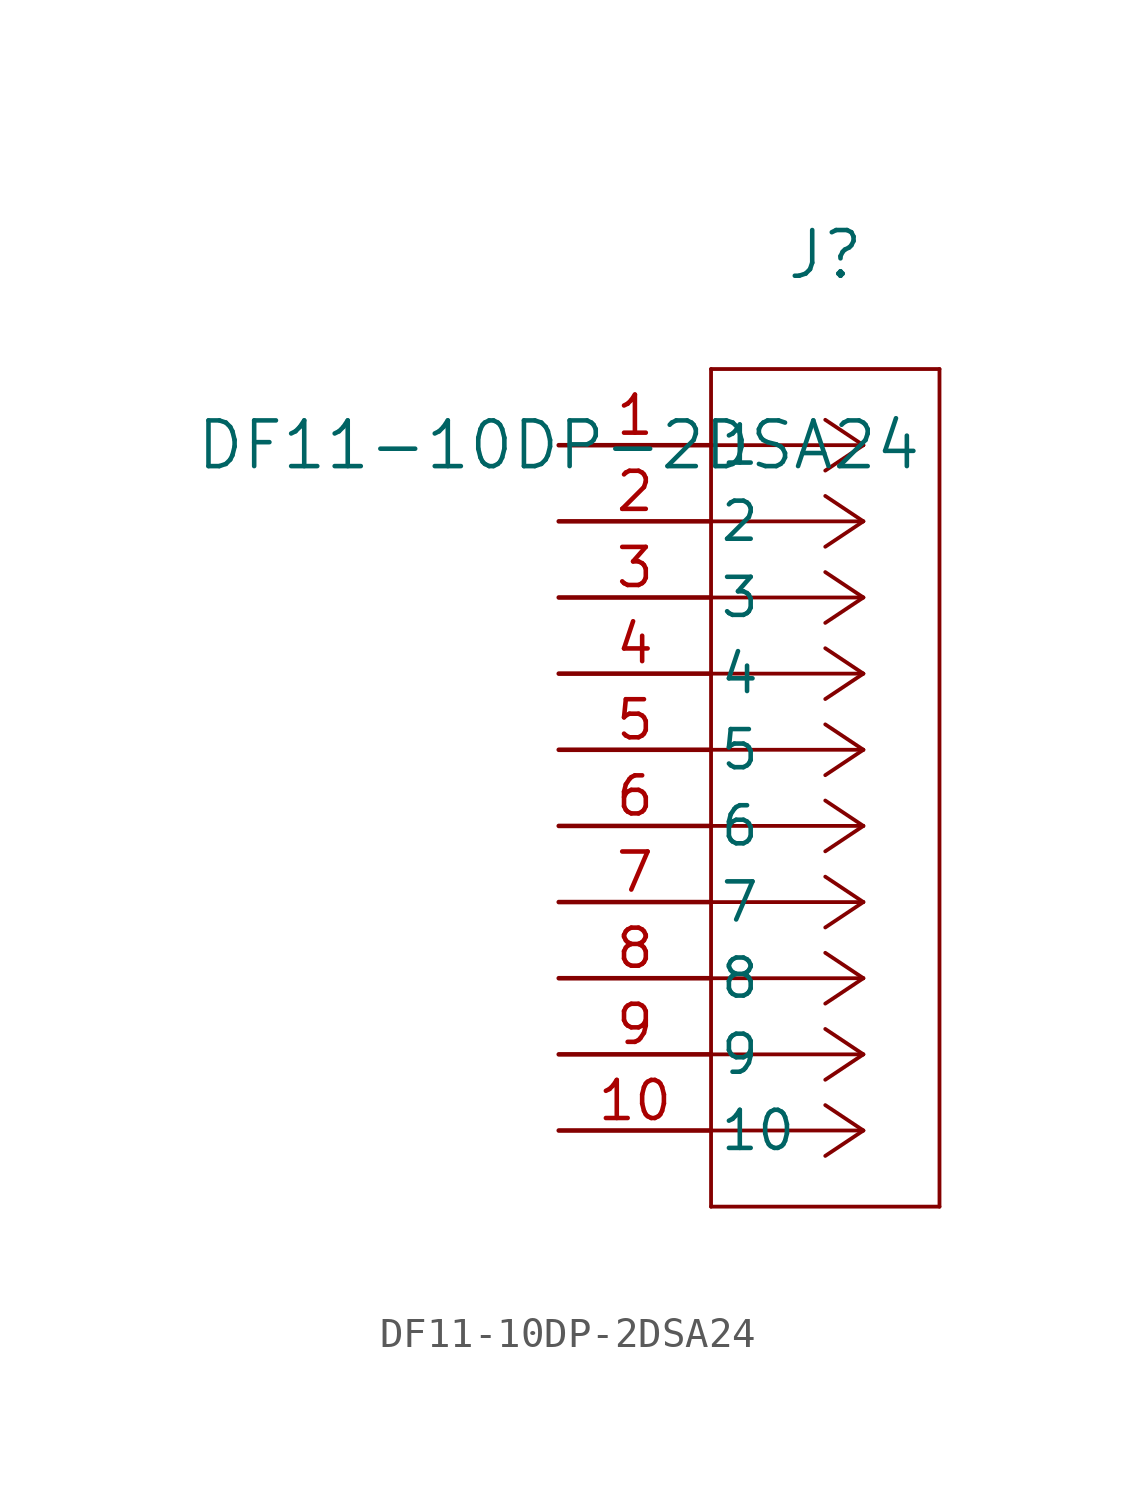
<source format=kicad_sym>
(kicad_symbol_lib
  (version 20211014)
  (generator kicad_symbol_editor)
  (symbol "DF11-10DP-2DSA24"
    (pin_names
      (offset 0.254))
    (property "Reference" "J"
      (at 8.89 6.35 0)
      (effects (font (size 1.524 1.524))))
    (property "Value" "DF11-10DP-2DSA24"
      (at 0 0 0)
      (effects (font (size 1.524 1.524))))
    (symbol "DF11-10DP-2DSA24_0_1"
      (polyline (pts (xy 10.16 0) (xy 5.08 0)) (stroke (width 0.127) (type default) (color 0 0 0 0)) (fill (type none)))
      (polyline (pts (xy 10.16 -2.54) (xy 5.08 -2.54)) (stroke (width 0.127) (type default) (color 0 0 0 0)) (fill (type none)))
      (polyline (pts (xy 10.16 -5.08) (xy 5.08 -5.08)) (stroke (width 0.127) (type default) (color 0 0 0 0)) (fill (type none)))
      (polyline (pts (xy 10.16 -7.62) (xy 5.08 -7.62)) (stroke (width 0.127) (type default) (color 0 0 0 0)) (fill (type none)))
      (polyline (pts (xy 10.16 -10.16) (xy 5.08 -10.16)) (stroke (width 0.127) (type default) (color 0 0 0 0)) (fill (type none)))
      (polyline (pts (xy 10.16 -12.7) (xy 5.08 -12.7)) (stroke (width 0.127) (type default) (color 0 0 0 0)) (fill (type none)))
      (polyline (pts (xy 10.16 -15.24) (xy 5.08 -15.24)) (stroke (width 0.127) (type default) (color 0 0 0 0)) (fill (type none)))
      (polyline (pts (xy 10.16 -17.78) (xy 5.08 -17.78)) (stroke (width 0.127) (type default) (color 0 0 0 0)) (fill (type none)))
      (polyline (pts (xy 10.16 -20.32) (xy 5.08 -20.32)) (stroke (width 0.127) (type default) (color 0 0 0 0)) (fill (type none)))
      (polyline (pts (xy 10.16 -22.86) (xy 5.08 -22.86)) (stroke (width 0.127) (type default) (color 0 0 0 0)) (fill (type none)))
      (polyline (pts (xy 10.16 0) (xy 8.89 0.847)) (stroke (width 0.127) (type default) (color 0 0 0 0)) (fill (type none)))
      (polyline (pts (xy 10.16 -2.54) (xy 8.89 -1.693)) (stroke (width 0.127) (type default) (color 0 0 0 0)) (fill (type none)))
      (polyline (pts (xy 10.16 -5.08) (xy 8.89 -4.233)) (stroke (width 0.127) (type default) (color 0 0 0 0)) (fill (type none)))
      (polyline (pts (xy 10.16 -7.62) (xy 8.89 -6.773)) (stroke (width 0.127) (type default) (color 0 0 0 0)) (fill (type none)))
      (polyline (pts (xy 10.16 -10.16) (xy 8.89 -9.313)) (stroke (width 0.127) (type default) (color 0 0 0 0)) (fill (type none)))
      (polyline (pts (xy 10.16 -12.7) (xy 8.89 -11.853)) (stroke (width 0.127) (type default) (color 0 0 0 0)) (fill (type none)))
      (polyline (pts (xy 10.16 -15.24) (xy 8.89 -14.393)) (stroke (width 0.127) (type default) (color 0 0 0 0)) (fill (type none)))
      (polyline (pts (xy 10.16 -17.78) (xy 8.89 -16.933)) (stroke (width 0.127) (type default) (color 0 0 0 0)) (fill (type none)))
      (polyline (pts (xy 10.16 -20.32) (xy 8.89 -19.473)) (stroke (width 0.127) (type default) (color 0 0 0 0)) (fill (type none)))
      (polyline (pts (xy 10.16 -22.86) (xy 8.89 -22.013)) (stroke (width 0.127) (type default) (color 0 0 0 0)) (fill (type none)))
      (polyline (pts (xy 10.16 0) (xy 8.89 -0.847)) (stroke (width 0.127) (type default) (color 0 0 0 0)) (fill (type none)))
      (polyline (pts (xy 10.16 -2.54) (xy 8.89 -3.387)) (stroke (width 0.127) (type default) (color 0 0 0 0)) (fill (type none)))
      (polyline (pts (xy 10.16 -5.08) (xy 8.89 -5.927)) (stroke (width 0.127) (type default) (color 0 0 0 0)) (fill (type none)))
      (polyline (pts (xy 10.16 -7.62) (xy 8.89 -8.467)) (stroke (width 0.127) (type default) (color 0 0 0 0)) (fill (type none)))
      (polyline (pts (xy 10.16 -10.16) (xy 8.89 -11.007)) (stroke (width 0.127) (type default) (color 0 0 0 0)) (fill (type none)))
      (polyline (pts (xy 10.16 -12.7) (xy 8.89 -13.547)) (stroke (width 0.127) (type default) (color 0 0 0 0)) (fill (type none)))
      (polyline (pts (xy 10.16 -15.24) (xy 8.89 -16.087)) (stroke (width 0.127) (type default) (color 0 0 0 0)) (fill (type none)))
      (polyline (pts (xy 10.16 -17.78) (xy 8.89 -18.627)) (stroke (width 0.127) (type default) (color 0 0 0 0)) (fill (type none)))
      (polyline (pts (xy 10.16 -20.32) (xy 8.89 -21.167)) (stroke (width 0.127) (type default) (color 0 0 0 0)) (fill (type none)))
      (polyline (pts (xy 10.16 -22.86) (xy 8.89 -23.707)) (stroke (width 0.127) (type default) (color 0 0 0 0)) (fill (type none)))
      (polyline (pts (xy 5.08 2.54) (xy 5.08 -25.4)) (stroke (width 0.127) (type default) (color 0 0 0 0)) (fill (type none)))
      (polyline (pts (xy 5.08 -25.4) (xy 12.7 -25.4)) (stroke (width 0.127) (type default) (color 0 0 0 0)) (fill (type none)))
      (polyline (pts (xy 12.7 -25.4) (xy 12.7 2.54)) (stroke (width 0.127) (type default) (color 0 0 0 0)) (fill (type none)))
      (polyline (pts (xy 12.7 2.54) (xy 5.08 2.54)) (stroke (width 0.127) (type default) (color 0 0 0 0)) (fill (type none)))
      (pin unspecified line (at 0 0 0) (length 5.08) (name "1" (effects (font (size 1.27 1.27)))) (number "1" (effects (font (size 1.27 1.27)))))
      (pin unspecified line (at 0 -2.54 0) (length 5.08) (name "2" (effects (font (size 1.27 1.27)))) (number "2" (effects (font (size 1.27 1.27)))))
      (pin unspecified line (at 0 -5.08 0) (length 5.08) (name "3" (effects (font (size 1.27 1.27)))) (number "3" (effects (font (size 1.27 1.27)))))
      (pin unspecified line (at 0 -7.62 0) (length 5.08) (name "4" (effects (font (size 1.27 1.27)))) (number "4" (effects (font (size 1.27 1.27)))))
      (pin unspecified line (at 0 -10.16 0) (length 5.08) (name "5" (effects (font (size 1.27 1.27)))) (number "5" (effects (font (size 1.27 1.27)))))
      (pin unspecified line (at 0 -12.7 0) (length 5.08) (name "6" (effects (font (size 1.27 1.27)))) (number "6" (effects (font (size 1.27 1.27)))))
      (pin unspecified line (at 0 -15.24 0) (length 5.08) (name "7" (effects (font (size 1.27 1.27)))) (number "7" (effects (font (size 1.27 1.27)))))
      (pin unspecified line (at 0 -17.78 0) (length 5.08) (name "8" (effects (font (size 1.27 1.27)))) (number "8" (effects (font (size 1.27 1.27)))))
      (pin unspecified line (at 0 -20.32 0) (length 5.08) (name "9" (effects (font (size 1.27 1.27)))) (number "9" (effects (font (size 1.27 1.27)))))
      (pin unspecified line (at 0 -22.86 0) (length 5.08) (name "10" (effects (font (size 1.27 1.27)))) (number "10" (effects (font (size 1.27 1.27))))))))
</source>
